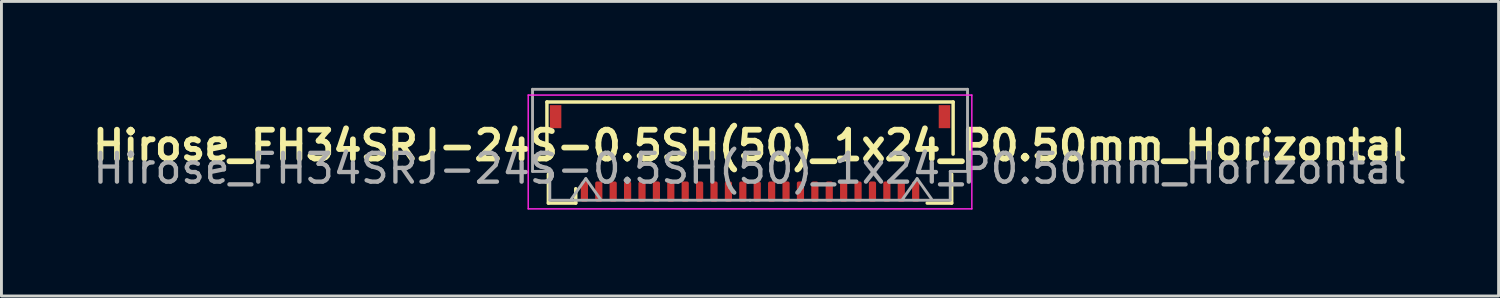
<source format=kicad_pcb>
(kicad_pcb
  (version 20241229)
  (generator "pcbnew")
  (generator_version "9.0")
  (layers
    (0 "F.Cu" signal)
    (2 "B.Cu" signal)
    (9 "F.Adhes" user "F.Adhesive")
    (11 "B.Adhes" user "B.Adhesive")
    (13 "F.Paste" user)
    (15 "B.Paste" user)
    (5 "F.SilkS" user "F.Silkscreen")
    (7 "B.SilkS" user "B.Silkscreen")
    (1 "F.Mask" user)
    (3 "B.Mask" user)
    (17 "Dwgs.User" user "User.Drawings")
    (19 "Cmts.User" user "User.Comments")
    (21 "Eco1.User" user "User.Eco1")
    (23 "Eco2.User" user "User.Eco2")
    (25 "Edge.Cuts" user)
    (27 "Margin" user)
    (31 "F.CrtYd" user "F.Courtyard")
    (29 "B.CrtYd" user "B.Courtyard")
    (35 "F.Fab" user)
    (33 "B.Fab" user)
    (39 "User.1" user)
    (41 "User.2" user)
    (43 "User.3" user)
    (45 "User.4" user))
  (footprint "Hirose_FH34SRJ-24S-0.5SH(50)_1x24_P0.50mm_Horizontal"
    (layer "F.Cu")
    (at 22.986 1.3)
    (property "Reference" "Hirose_FH34SRJ-24S-0.5SH(50)_1x24_P0.50mm_Horizontal" (at 0 0.7 0) (unlocked yes) (layer "F.SilkS") (effects (font (size 1 1) (thickness 0.2) (bold yes))))
    (attr smd)
    (fp_line (start -7.05 -0.81) (end 7.05 -0.81) (stroke (width 0.12) (type solid)) (layer "F.SilkS"))
    (fp_line (start -7.05 1) (end -7.05 -0.81) (stroke (width 0.12) (type solid)) (layer "F.SilkS"))
    (fp_line (start -7 2.7) (end -7 1.7) (stroke (width 0.12) (type solid)) (layer "F.SilkS"))
    (fp_line (start -6.05 2.2) (end -6.05 2.7) (stroke (width 0.12) (type solid)) (layer "F.SilkS"))
    (fp_line (start -6.05 2.7) (end -7 2.7) (stroke (width 0.12) (type solid)) (layer "F.SilkS"))
    (fp_line (start 6.15 2.7) (end 7 2.7) (stroke (width 0.12) (type solid)) (layer "F.SilkS"))
    (fp_line (start 7 2.7) (end 7 1.7) (stroke (width 0.12) (type solid)) (layer "F.SilkS"))
    (fp_line (start 7.05 -0.81) (end 7.05 1) (stroke (width 0.12) (type solid)) (layer "F.SilkS"))
    (fp_line (start -7.7 -1.05) (end 7.7 -1.05) (stroke (width 0.05) (type solid)) (layer "F.CrtYd"))
    (fp_line (start -7.7 2.9) (end -7.7 -1.05) (stroke (width 0.05) (type solid)) (layer "F.CrtYd"))
    (fp_line (start 7.7 -1.05) (end 7.7 2.9) (stroke (width 0.05) (type solid)) (layer "F.CrtYd"))
    (fp_line (start 7.7 2.9) (end -7.7 2.9) (stroke (width 0.05) (type solid)) (layer "F.CrtYd"))
    (fp_line (start -7.55 -1.25) (end -7.55 1.6) (stroke (width 0.1) (type solid)) (layer "F.Fab"))
    (fp_line (start -7.55 1.6) (end -6.95 1.6) (stroke (width 0.1) (type solid)) (layer "F.Fab"))
    (fp_line (start -6.95 1.6) (end -6.95 2.6) (stroke (width 0.1) (type solid)) (layer "F.Fab"))
    (fp_line (start -6.95 2.6) (end 0 2.6) (stroke (width 0.1) (type solid)) (layer "F.Fab"))
    (fp_line (start -5.7 1.85) (end -6.2 2.557) (stroke (width 0.1) (type solid)) (layer "F.Fab"))
    (fp_line (start -5.2 2.557) (end -5.7 1.85) (stroke (width 0.1) (type solid)) (layer "F.Fab"))
    (fp_line (start 0 -1.25) (end -7.55 -1.25) (stroke (width 0.1) (type solid)) (layer "F.Fab"))
    (fp_line (start 0 -1.25) (end 7.55 -1.25) (stroke (width 0.1) (type solid)) (layer "F.Fab"))
    (fp_line (start 5.8 1.85) (end 5.3 2.557) (stroke (width 0.1) (type solid)) (layer "F.Fab"))
    (fp_line (start 6.3 2.557) (end 5.8 1.85) (stroke (width 0.1) (type solid)) (layer "F.Fab"))
    (fp_line (start 6.95 1.6) (end 6.95 2.6) (stroke (width 0.1) (type solid)) (layer "F.Fab"))
    (fp_line (start 6.95 2.6) (end 0 2.6) (stroke (width 0.1) (type solid)) (layer "F.Fab"))
    (fp_line (start 7.55 -1.25) (end 7.55 1.6) (stroke (width 0.1) (type solid)) (layer "F.Fab"))
    (fp_line (start 7.55 1.6) (end 6.95 1.6) (stroke (width 0.1) (type solid)) (layer "F.Fab"))
    (fp_text user "${REFERENCE}" (at 0 1.5 0) (unlocked yes) (layer "F.Fab") (effects (font (size 1 1) (thickness 0.15))))
    (pad "1" smd roundrect (at -5.75 2.3) (size 0.25 0.7) (layers "F.Cu" "F.Mask" "F.Paste") (roundrect_rratio 0.25))
    (pad "2" smd roundrect (at -5.25 2.3) (size 0.25 0.7) (layers "F.Cu" "F.Mask" "F.Paste") (roundrect_rratio 0.25))
    (pad "3" smd roundrect (at -4.75 2.3) (size 0.25 0.7) (layers "F.Cu" "F.Mask" "F.Paste") (roundrect_rratio 0.25))
    (pad "4" smd roundrect (at -4.25 2.3) (size 0.25 0.7) (layers "F.Cu" "F.Mask" "F.Paste") (roundrect_rratio 0.25))
    (pad "5" smd roundrect (at -3.75 2.3) (size 0.25 0.7) (layers "F.Cu" "F.Mask" "F.Paste") (roundrect_rratio 0.25))
    (pad "6" smd roundrect (at -3.25 2.3) (size 0.25 0.7) (layers "F.Cu" "F.Mask" "F.Paste") (roundrect_rratio 0.25))
    (pad "7" smd roundrect (at -2.75 2.3) (size 0.25 0.7) (layers "F.Cu" "F.Mask" "F.Paste") (roundrect_rratio 0.25))
    (pad "8" smd roundrect (at -2.25 2.3) (size 0.25 0.7) (layers "F.Cu" "F.Mask" "F.Paste") (roundrect_rratio 0.25))
    (pad "9" smd roundrect (at -1.75 2.3) (size 0.25 0.7) (layers "F.Cu" "F.Mask" "F.Paste") (roundrect_rratio 0.25))
    (pad "10" smd roundrect (at -1.25 2.3) (size 0.25 0.7) (layers "F.Cu" "F.Mask" "F.Paste") (roundrect_rratio 0.25))
    (pad "11" smd roundrect (at -0.75 2.3) (size 0.25 0.7) (layers "F.Cu" "F.Mask" "F.Paste") (roundrect_rratio 0.25))
    (pad "12" smd roundrect (at -0.25 2.3) (size 0.25 0.7) (layers "F.Cu" "F.Mask" "F.Paste") (roundrect_rratio 0.25))
    (pad "13" smd roundrect (at 0.25 2.3) (size 0.25 0.7) (layers "F.Cu" "F.Mask" "F.Paste") (roundrect_rratio 0.25))
    (pad "14" smd roundrect (at 0.75 2.3) (size 0.25 0.7) (layers "F.Cu" "F.Mask" "F.Paste") (roundrect_rratio 0.25))
    (pad "15" smd roundrect (at 1.25 2.3) (size 0.25 0.7) (layers "F.Cu" "F.Mask" "F.Paste") (roundrect_rratio 0.25))
    (pad "16" smd roundrect (at 1.75 2.3) (size 0.25 0.7) (layers "F.Cu" "F.Mask" "F.Paste") (roundrect_rratio 0.25))
    (pad "17" smd roundrect (at 2.25 2.3) (size 0.25 0.7) (layers "F.Cu" "F.Mask" "F.Paste") (roundrect_rratio 0.25))
    (pad "18" smd roundrect (at 2.75 2.3) (size 0.25 0.7) (layers "F.Cu" "F.Mask" "F.Paste") (roundrect_rratio 0.25))
    (pad "19" smd roundrect (at 3.25 2.3) (size 0.25 0.7) (layers "F.Cu" "F.Mask" "F.Paste") (roundrect_rratio 0.25))
    (pad "20" smd roundrect (at 3.75 2.3) (size 0.25 0.7) (layers "F.Cu" "F.Mask" "F.Paste") (roundrect_rratio 0.25))
    (pad "21" smd roundrect (at 4.25 2.3) (size 0.25 0.7) (layers "F.Cu" "F.Mask" "F.Paste") (roundrect_rratio 0.25))
    (pad "22" smd roundrect (at 4.75 2.3) (size 0.25 0.7) (layers "F.Cu" "F.Mask" "F.Paste") (roundrect_rratio 0.25))
    (pad "23" smd roundrect (at 5.25 2.3) (size 0.25 0.7) (layers "F.Cu" "F.Mask" "F.Paste") (roundrect_rratio 0.25))
    (pad "24" smd roundrect (at 5.75 2.3) (size 0.25 0.7) (layers "F.Cu" "F.Mask" "F.Paste") (roundrect_rratio 0.25))
    (pad "MP" smd rect (at -6.75 -0.3) (size 0.4 0.8) (layers "F.Cu" "F.Mask" "F.Paste"))
    (pad "MP" smd rect (at 6.75 -0.3) (size 0.4 0.8) (layers "F.Cu" "F.Mask" "F.Paste")))
  (gr_rect
    (start -3 -3)
    (end 48.971 7.225)
    (stroke (width 0.1) (type default))
    (fill no)
    (layer "Edge.Cuts")))
</source>
